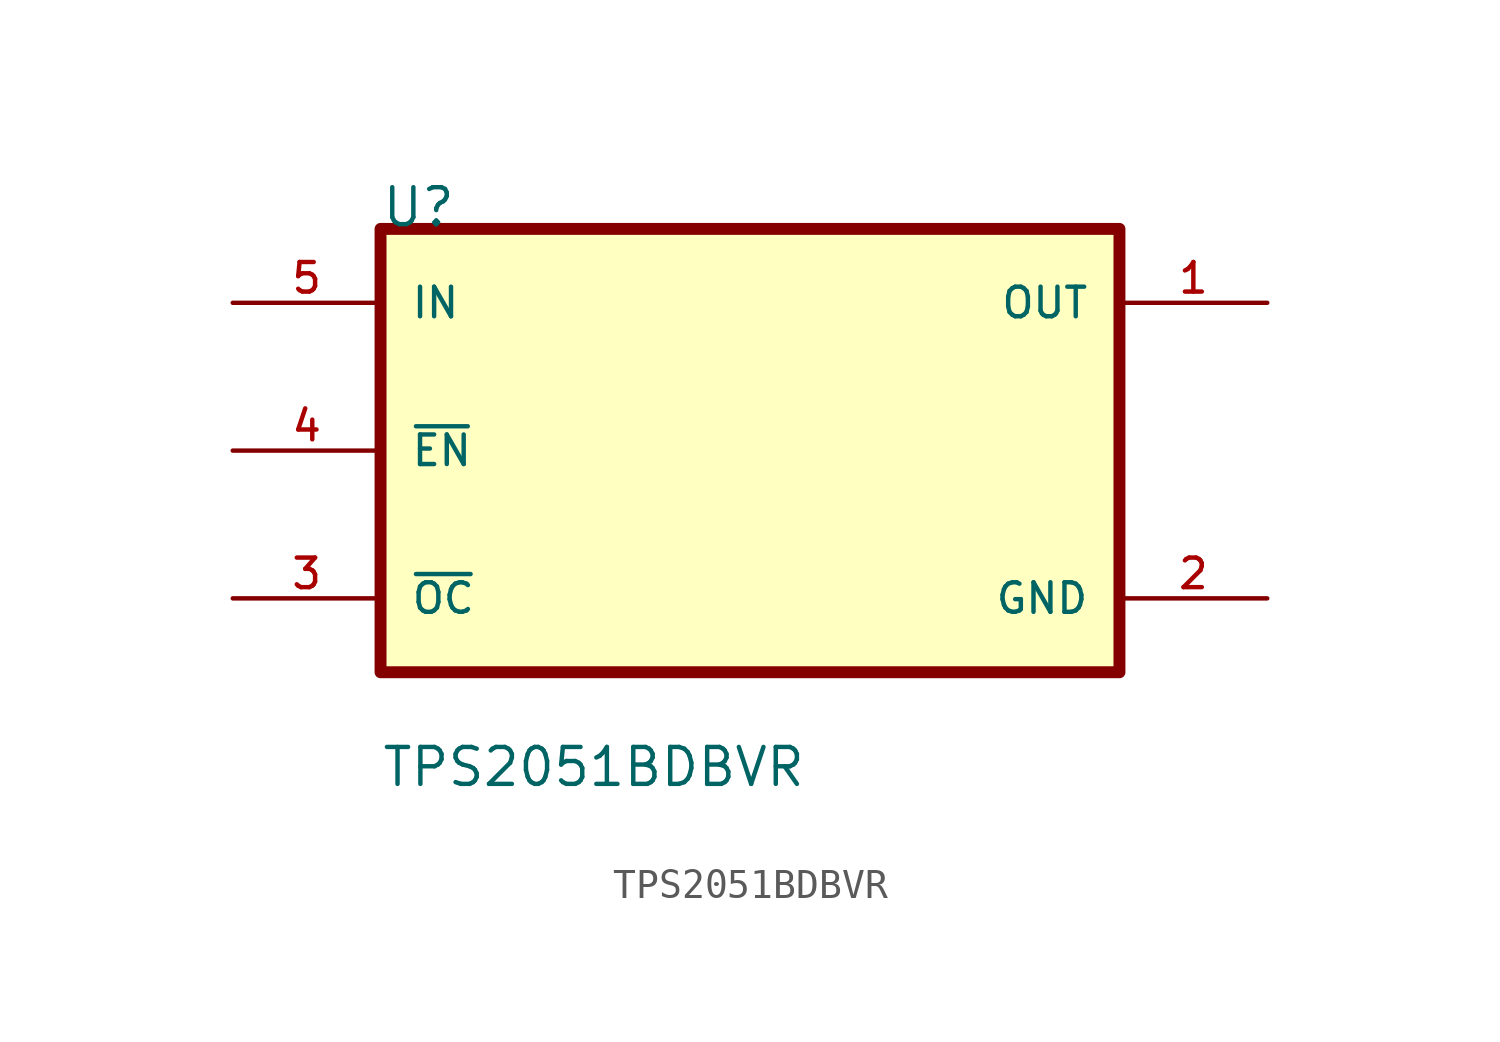
<source format=kicad_sym>
(kicad_symbol_lib
  (version 20220914)
  (generator kicad_symbol_editor)
  (symbol "TPS2051BDBVR"
    (pin_names
      (offset 1.016))
    (property "Reference" "U"
      (at -12.7 7.62 0)
      (effects (font (size 1.27 1.27)) (justify left bottom)))
    (property "Value" "TPS2051BDBVR"
      (at -12.7 -11.62 0)
      (effects (font (size 1.27 1.27)) (justify left bottom)))
    (symbol "TPS2051BDBVR_0_0"
      (rectangle (start -12.7 -7.62) (end 12.7 7.62) (stroke (width 0.41) (type default)) (fill (type background)))
      (pin output line (at 17.78 5.08 180) (length 5.08) (name "OUT" (effects (font (size 1.016 1.016)))) (number "1" (effects (font (size 1.016 1.016)))))
      (pin power_in line (at 17.78 -5.08 180) (length 5.08) (name "GND" (effects (font (size 1.016 1.016)))) (number "2" (effects (font (size 1.016 1.016)))))
      (pin output line (at -17.78 -5.08 0) (length 5.08) (name "~{OC}" (effects (font (size 1.016 1.016)))) (number "3" (effects (font (size 1.016 1.016)))))
      (pin input line (at -17.78 0 0) (length 5.08) (name "~{EN}" (effects (font (size 1.016 1.016)))) (number "4" (effects (font (size 1.016 1.016)))))
      (pin input line (at -17.78 5.08 0) (length 5.08) (name "IN" (effects (font (size 1.016 1.016)))) (number "5" (effects (font (size 1.016 1.016))))))))
</source>
